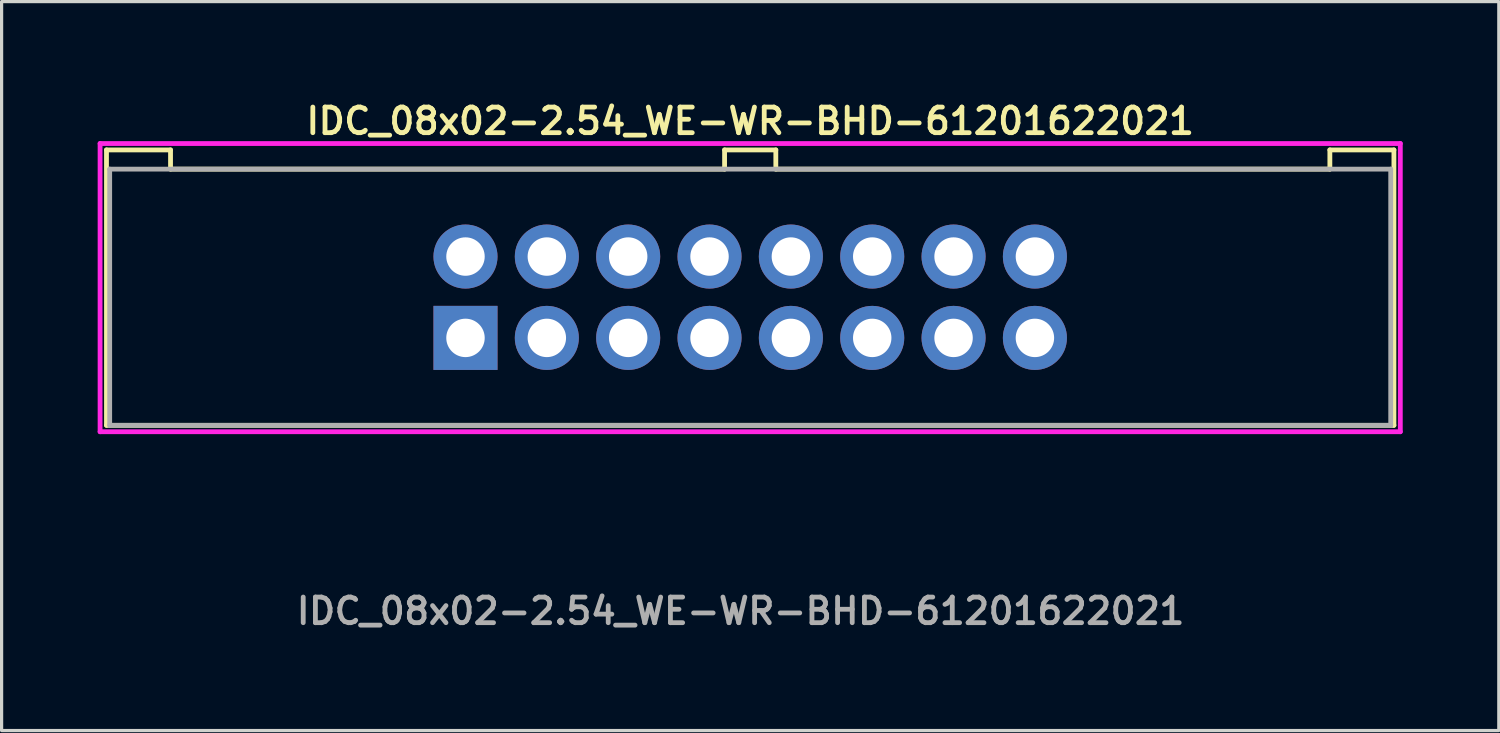
<source format=kicad_pcb>
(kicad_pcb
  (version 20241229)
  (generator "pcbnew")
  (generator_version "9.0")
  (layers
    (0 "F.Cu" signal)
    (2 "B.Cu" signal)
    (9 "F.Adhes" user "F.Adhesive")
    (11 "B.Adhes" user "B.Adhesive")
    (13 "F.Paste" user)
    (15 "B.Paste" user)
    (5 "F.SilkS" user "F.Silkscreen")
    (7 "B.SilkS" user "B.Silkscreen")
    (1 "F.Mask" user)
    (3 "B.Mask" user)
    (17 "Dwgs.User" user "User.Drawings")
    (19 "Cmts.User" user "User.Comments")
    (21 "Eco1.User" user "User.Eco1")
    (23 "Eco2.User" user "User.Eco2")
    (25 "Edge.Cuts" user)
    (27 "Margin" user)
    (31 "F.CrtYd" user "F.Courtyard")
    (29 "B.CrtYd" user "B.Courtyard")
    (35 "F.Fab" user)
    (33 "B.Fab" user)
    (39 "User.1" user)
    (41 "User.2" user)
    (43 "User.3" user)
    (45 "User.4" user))
  (footprint "IDC_08x02-2.54_WE-WR-BHD-61201622021"
    (layer "F.Cu")
    (at 20.375 6.231)
    (property "Reference" "IDC_08x02-2.54_WE-WR-BHD-61201622021" (at 0 -5.5 0) (layer "F.SilkS") (effects (font (size 0.8 0.8) (thickness 0.15))))
    (attr through_hole)
    (fp_line (start -20.1 -4.6) (end -20.1 4) (stroke (width 0.15) (type solid)) (layer "F.SilkS"))
    (fp_line (start -20.1 4) (end 20.1 4) (stroke (width 0.15) (type solid)) (layer "F.SilkS"))
    (fp_line (start -18.1 -4.6) (end -20.1 -4.6) (stroke (width 0.15) (type solid)) (layer "F.SilkS"))
    (fp_line (start -18.1 -4.6) (end -18.1 -4) (stroke (width 0.15) (type solid)) (layer "F.SilkS"))
    (fp_line (start -18.1 -4) (end -0.8 -4) (stroke (width 0.15) (type solid)) (layer "F.SilkS"))
    (fp_line (start -0.8 -4.6) (end -0.8 -4) (stroke (width 0.15) (type solid)) (layer "F.SilkS"))
    (fp_line (start 0.8 -4.6) (end -0.8 -4.6) (stroke (width 0.15) (type solid)) (layer "F.SilkS"))
    (fp_line (start 0.8 -4.6) (end 0.8 -4) (stroke (width 0.15) (type solid)) (layer "F.SilkS"))
    (fp_line (start 18.1 -4.6) (end 18.1 -4) (stroke (width 0.15) (type solid)) (layer "F.SilkS"))
    (fp_line (start 18.1 -4) (end 0.8 -4) (stroke (width 0.15) (type solid)) (layer "F.SilkS"))
    (fp_line (start 20.1 -4.6) (end 18.1 -4.6) (stroke (width 0.15) (type solid)) (layer "F.SilkS"))
    (fp_line (start 20.1 4) (end 20.1 -4.6) (stroke (width 0.15) (type solid)) (layer "F.SilkS"))
    (fp_line (start -20.3 -4.8) (end -20.3 4.2) (stroke (width 0.15) (type solid)) (layer "F.CrtYd"))
    (fp_line (start -20.3 4.2) (end 20.3 4.2) (stroke (width 0.15) (type solid)) (layer "F.CrtYd"))
    (fp_line (start 20.3 -4.8) (end -20.3 -4.8) (stroke (width 0.15) (type solid)) (layer "F.CrtYd"))
    (fp_line (start 20.3 4.2) (end 20.3 -4.8) (stroke (width 0.15) (type solid)) (layer "F.CrtYd"))
    (fp_line (start -20 -4) (end -20 4) (stroke (width 0.15) (type solid)) (layer "F.Fab"))
    (fp_line (start -20 4) (end 20 4) (stroke (width 0.15) (type solid)) (layer "F.Fab"))
    (fp_line (start -9.19 -1.57) (end -9.19 -0.97) (stroke (width 0.05) (type solid)) (layer "F.Fab"))
    (fp_line (start -9.19 -0.97) (end -8.59 -0.97) (stroke (width 0.05) (type solid)) (layer "F.Fab"))
    (fp_line (start -9.19 0.97) (end -9.19 1.57) (stroke (width 0.05) (type solid)) (layer "F.Fab"))
    (fp_line (start -9.19 1.57) (end -8.59 1.57) (stroke (width 0.05) (type solid)) (layer "F.Fab"))
    (fp_line (start -8.59 -1.57) (end -9.19 -1.57) (stroke (width 0.05) (type solid)) (layer "F.Fab"))
    (fp_line (start -8.59 -0.97) (end -8.59 -1.57) (stroke (width 0.05) (type solid)) (layer "F.Fab"))
    (fp_line (start -8.59 0.97) (end -9.19 0.97) (stroke (width 0.05) (type solid)) (layer "F.Fab"))
    (fp_line (start -8.59 1.57) (end -8.59 0.97) (stroke (width 0.05) (type solid)) (layer "F.Fab"))
    (fp_line (start -6.65 -1.57) (end -6.65 -0.97) (stroke (width 0.05) (type solid)) (layer "F.Fab"))
    (fp_line (start -6.65 -0.97) (end -6.05 -0.97) (stroke (width 0.05) (type solid)) (layer "F.Fab"))
    (fp_line (start -6.65 0.97) (end -6.65 1.57) (stroke (width 0.05) (type solid)) (layer "F.Fab"))
    (fp_line (start -6.65 1.57) (end -6.05 1.57) (stroke (width 0.05) (type solid)) (layer "F.Fab"))
    (fp_line (start -6.05 -1.57) (end -6.65 -1.57) (stroke (width 0.05) (type solid)) (layer "F.Fab"))
    (fp_line (start -6.05 -0.97) (end -6.05 -1.57) (stroke (width 0.05) (type solid)) (layer "F.Fab"))
    (fp_line (start -6.05 0.97) (end -6.65 0.97) (stroke (width 0.05) (type solid)) (layer "F.Fab"))
    (fp_line (start -6.05 1.57) (end -6.05 0.97) (stroke (width 0.05) (type solid)) (layer "F.Fab"))
    (fp_line (start -4.11 -1.57) (end -4.11 -0.97) (stroke (width 0.05) (type solid)) (layer "F.Fab"))
    (fp_line (start -4.11 -0.97) (end -3.51 -0.97) (stroke (width 0.05) (type solid)) (layer "F.Fab"))
    (fp_line (start -4.11 0.97) (end -4.11 1.57) (stroke (width 0.05) (type solid)) (layer "F.Fab"))
    (fp_line (start -4.11 1.57) (end -3.51 1.57) (stroke (width 0.05) (type solid)) (layer "F.Fab"))
    (fp_line (start -3.51 -1.57) (end -4.11 -1.57) (stroke (width 0.05) (type solid)) (layer "F.Fab"))
    (fp_line (start -3.51 -0.97) (end -3.51 -1.57) (stroke (width 0.05) (type solid)) (layer "F.Fab"))
    (fp_line (start -3.51 0.97) (end -4.11 0.97) (stroke (width 0.05) (type solid)) (layer "F.Fab"))
    (fp_line (start -3.51 1.57) (end -3.51 0.97) (stroke (width 0.05) (type solid)) (layer "F.Fab"))
    (fp_line (start -1.57 -1.57) (end -1.57 -0.97) (stroke (width 0.05) (type solid)) (layer "F.Fab"))
    (fp_line (start -1.57 -1.57) (end -1.57 -0.97) (stroke (width 0.05) (type solid)) (layer "F.Fab"))
    (fp_line (start -1.57 -1.57) (end -1.57 -0.97) (stroke (width 0.05) (type solid)) (layer "F.Fab"))
    (fp_line (start -1.57 -0.97) (end -0.97 -0.97) (stroke (width 0.05) (type solid)) (layer "F.Fab"))
    (fp_line (start -1.57 -0.97) (end -0.97 -0.97) (stroke (width 0.05) (type solid)) (layer "F.Fab"))
    (fp_line (start -1.57 -0.97) (end -0.97 -0.97) (stroke (width 0.05) (type solid)) (layer "F.Fab"))
    (fp_line (start -1.57 0.97) (end -1.57 1.57) (stroke (width 0.05) (type solid)) (layer "F.Fab"))
    (fp_line (start -1.57 1.57) (end -0.97 1.57) (stroke (width 0.05) (type solid)) (layer "F.Fab"))
    (fp_line (start -0.97 -1.57) (end -1.57 -1.57) (stroke (width 0.05) (type solid)) (layer "F.Fab"))
    (fp_line (start -0.97 -1.57) (end -1.57 -1.57) (stroke (width 0.05) (type solid)) (layer "F.Fab"))
    (fp_line (start -0.97 -1.57) (end -1.57 -1.57) (stroke (width 0.05) (type solid)) (layer "F.Fab"))
    (fp_line (start -0.97 -0.97) (end -0.97 -1.57) (stroke (width 0.05) (type solid)) (layer "F.Fab"))
    (fp_line (start -0.97 -0.97) (end -0.97 -1.57) (stroke (width 0.05) (type solid)) (layer "F.Fab"))
    (fp_line (start -0.97 -0.97) (end -0.97 -1.57) (stroke (width 0.05) (type solid)) (layer "F.Fab"))
    (fp_line (start -0.97 0.97) (end -1.57 0.97) (stroke (width 0.05) (type solid)) (layer "F.Fab"))
    (fp_line (start -0.97 1.57) (end -0.97 0.97) (stroke (width 0.05) (type solid)) (layer "F.Fab"))
    (fp_line (start 0.97 -1.57) (end 0.97 -0.97) (stroke (width 0.05) (type solid)) (layer "F.Fab"))
    (fp_line (start 0.97 -0.97) (end 1.57 -0.97) (stroke (width 0.05) (type solid)) (layer "F.Fab"))
    (fp_line (start 0.97 0.97) (end 0.97 1.57) (stroke (width 0.05) (type solid)) (layer "F.Fab"))
    (fp_line (start 0.97 1.57) (end 1.57 1.57) (stroke (width 0.05) (type solid)) (layer "F.Fab"))
    (fp_line (start 1.57 -1.57) (end 0.97 -1.57) (stroke (width 0.05) (type solid)) (layer "F.Fab"))
    (fp_line (start 1.57 -0.97) (end 1.57 -1.57) (stroke (width 0.05) (type solid)) (layer "F.Fab"))
    (fp_line (start 1.57 0.97) (end 0.97 0.97) (stroke (width 0.05) (type solid)) (layer "F.Fab"))
    (fp_line (start 1.57 1.57) (end 1.57 0.97) (stroke (width 0.05) (type solid)) (layer "F.Fab"))
    (fp_line (start 3.51 -1.57) (end 3.51 -0.97) (stroke (width 0.05) (type solid)) (layer "F.Fab"))
    (fp_line (start 3.51 -0.97) (end 4.11 -0.97) (stroke (width 0.05) (type solid)) (layer "F.Fab"))
    (fp_line (start 3.51 0.97) (end 3.51 1.57) (stroke (width 0.05) (type solid)) (layer "F.Fab"))
    (fp_line (start 3.51 1.57) (end 4.11 1.57) (stroke (width 0.05) (type solid)) (layer "F.Fab"))
    (fp_line (start 4.11 -1.57) (end 3.51 -1.57) (stroke (width 0.05) (type solid)) (layer "F.Fab"))
    (fp_line (start 4.11 -0.97) (end 4.11 -1.57) (stroke (width 0.05) (type solid)) (layer "F.Fab"))
    (fp_line (start 4.11 0.97) (end 3.51 0.97) (stroke (width 0.05) (type solid)) (layer "F.Fab"))
    (fp_line (start 4.11 1.57) (end 4.11 0.97) (stroke (width 0.05) (type solid)) (layer "F.Fab"))
    (fp_line (start 6.05 -1.57) (end 6.05 -0.97) (stroke (width 0.05) (type solid)) (layer "F.Fab"))
    (fp_line (start 6.05 -0.97) (end 6.65 -0.97) (stroke (width 0.05) (type solid)) (layer "F.Fab"))
    (fp_line (start 6.05 0.97) (end 6.05 1.57) (stroke (width 0.05) (type solid)) (layer "F.Fab"))
    (fp_line (start 6.05 1.57) (end 6.65 1.57) (stroke (width 0.05) (type solid)) (layer "F.Fab"))
    (fp_line (start 6.65 -1.57) (end 6.05 -1.57) (stroke (width 0.05) (type solid)) (layer "F.Fab"))
    (fp_line (start 6.65 -0.97) (end 6.65 -1.57) (stroke (width 0.05) (type solid)) (layer "F.Fab"))
    (fp_line (start 6.65 0.97) (end 6.05 0.97) (stroke (width 0.05) (type solid)) (layer "F.Fab"))
    (fp_line (start 6.65 1.57) (end 6.65 0.97) (stroke (width 0.05) (type solid)) (layer "F.Fab"))
    (fp_line (start 8.59 -1.57) (end 8.59 -0.97) (stroke (width 0.05) (type solid)) (layer "F.Fab"))
    (fp_line (start 8.59 -0.97) (end 9.19 -0.97) (stroke (width 0.05) (type solid)) (layer "F.Fab"))
    (fp_line (start 8.59 0.97) (end 8.59 1.57) (stroke (width 0.05) (type solid)) (layer "F.Fab"))
    (fp_line (start 8.59 1.57) (end 9.19 1.57) (stroke (width 0.05) (type solid)) (layer "F.Fab"))
    (fp_line (start 9.19 -1.57) (end 8.59 -1.57) (stroke (width 0.05) (type solid)) (layer "F.Fab"))
    (fp_line (start 9.19 -0.97) (end 9.19 -1.57) (stroke (width 0.05) (type solid)) (layer "F.Fab"))
    (fp_line (start 9.19 0.97) (end 8.59 0.97) (stroke (width 0.05) (type solid)) (layer "F.Fab"))
    (fp_line (start 9.19 1.57) (end 9.19 0.97) (stroke (width 0.05) (type solid)) (layer "F.Fab"))
    (fp_line (start 20 -4) (end -20 -4) (stroke (width 0.15) (type solid)) (layer "F.Fab"))
    (fp_line (start 20 4) (end 20 -4) (stroke (width 0.15) (type solid)) (layer "F.Fab"))
    (fp_text user "${REFERENCE}" (at -0.3 9.8 0) (layer "F.Fab") (effects (font (size 0.8 0.8) (thickness 0.15))))
    (pad "1" thru_hole rect (at -8.89 1.27) (size 2 2) (drill 1.2) (layers "*.Cu" "*.Mask"))
    (pad "2" thru_hole circle (at -8.89 -1.27) (size 2 2) (drill 1.2) (layers "*.Cu" "*.Mask"))
    (pad "3" thru_hole circle (at -6.35 1.27) (size 2 2) (drill 1.2) (layers "*.Cu" "*.Mask"))
    (pad "4" thru_hole circle (at -6.35 -1.27) (size 2 2) (drill 1.2) (layers "*.Cu" "*.Mask"))
    (pad "5" thru_hole circle (at -3.81 1.27) (size 2 2) (drill 1.2) (layers "*.Cu" "*.Mask"))
    (pad "6" thru_hole circle (at -3.81 -1.27) (size 2 2) (drill 1.2) (layers "*.Cu" "*.Mask"))
    (pad "7" thru_hole circle (at -1.27 1.27) (size 2 2) (drill 1.2) (layers "*.Cu" "*.Mask"))
    (pad "8" thru_hole circle (at -1.27 -1.27) (size 2 2) (drill 1.2) (layers "*.Cu" "*.Mask"))
    (pad "9" thru_hole circle (at 1.27 1.27) (size 2 2) (drill 1.2) (layers "*.Cu" "*.Mask"))
    (pad "10" thru_hole circle (at 1.27 -1.27) (size 2 2) (drill 1.2) (layers "*.Cu" "*.Mask"))
    (pad "11" thru_hole circle (at 3.81 1.27) (size 2 2) (drill 1.2) (layers "*.Cu" "*.Mask"))
    (pad "12" thru_hole circle (at 3.81 -1.27) (size 2 2) (drill 1.2) (layers "*.Cu" "*.Mask"))
    (pad "13" thru_hole circle (at 6.35 1.27) (size 2 2) (drill 1.2) (layers "*.Cu" "*.Mask"))
    (pad "14" thru_hole circle (at 6.35 -1.27) (size 2 2) (drill 1.2) (layers "*.Cu" "*.Mask"))
    (pad "15" thru_hole circle (at 8.89 1.27) (size 2 2) (drill 1.2) (layers "*.Cu" "*.Mask"))
    (pad "16" thru_hole circle (at 8.89 -1.27) (size 2 2) (drill 1.2) (layers "*.Cu" "*.Mask")))
  (gr_rect
    (start -3 -3)
    (end 43.75 19.762)
    (stroke (width 0.1) (type default))
    (fill no)
    (layer "Edge.Cuts")))
</source>
